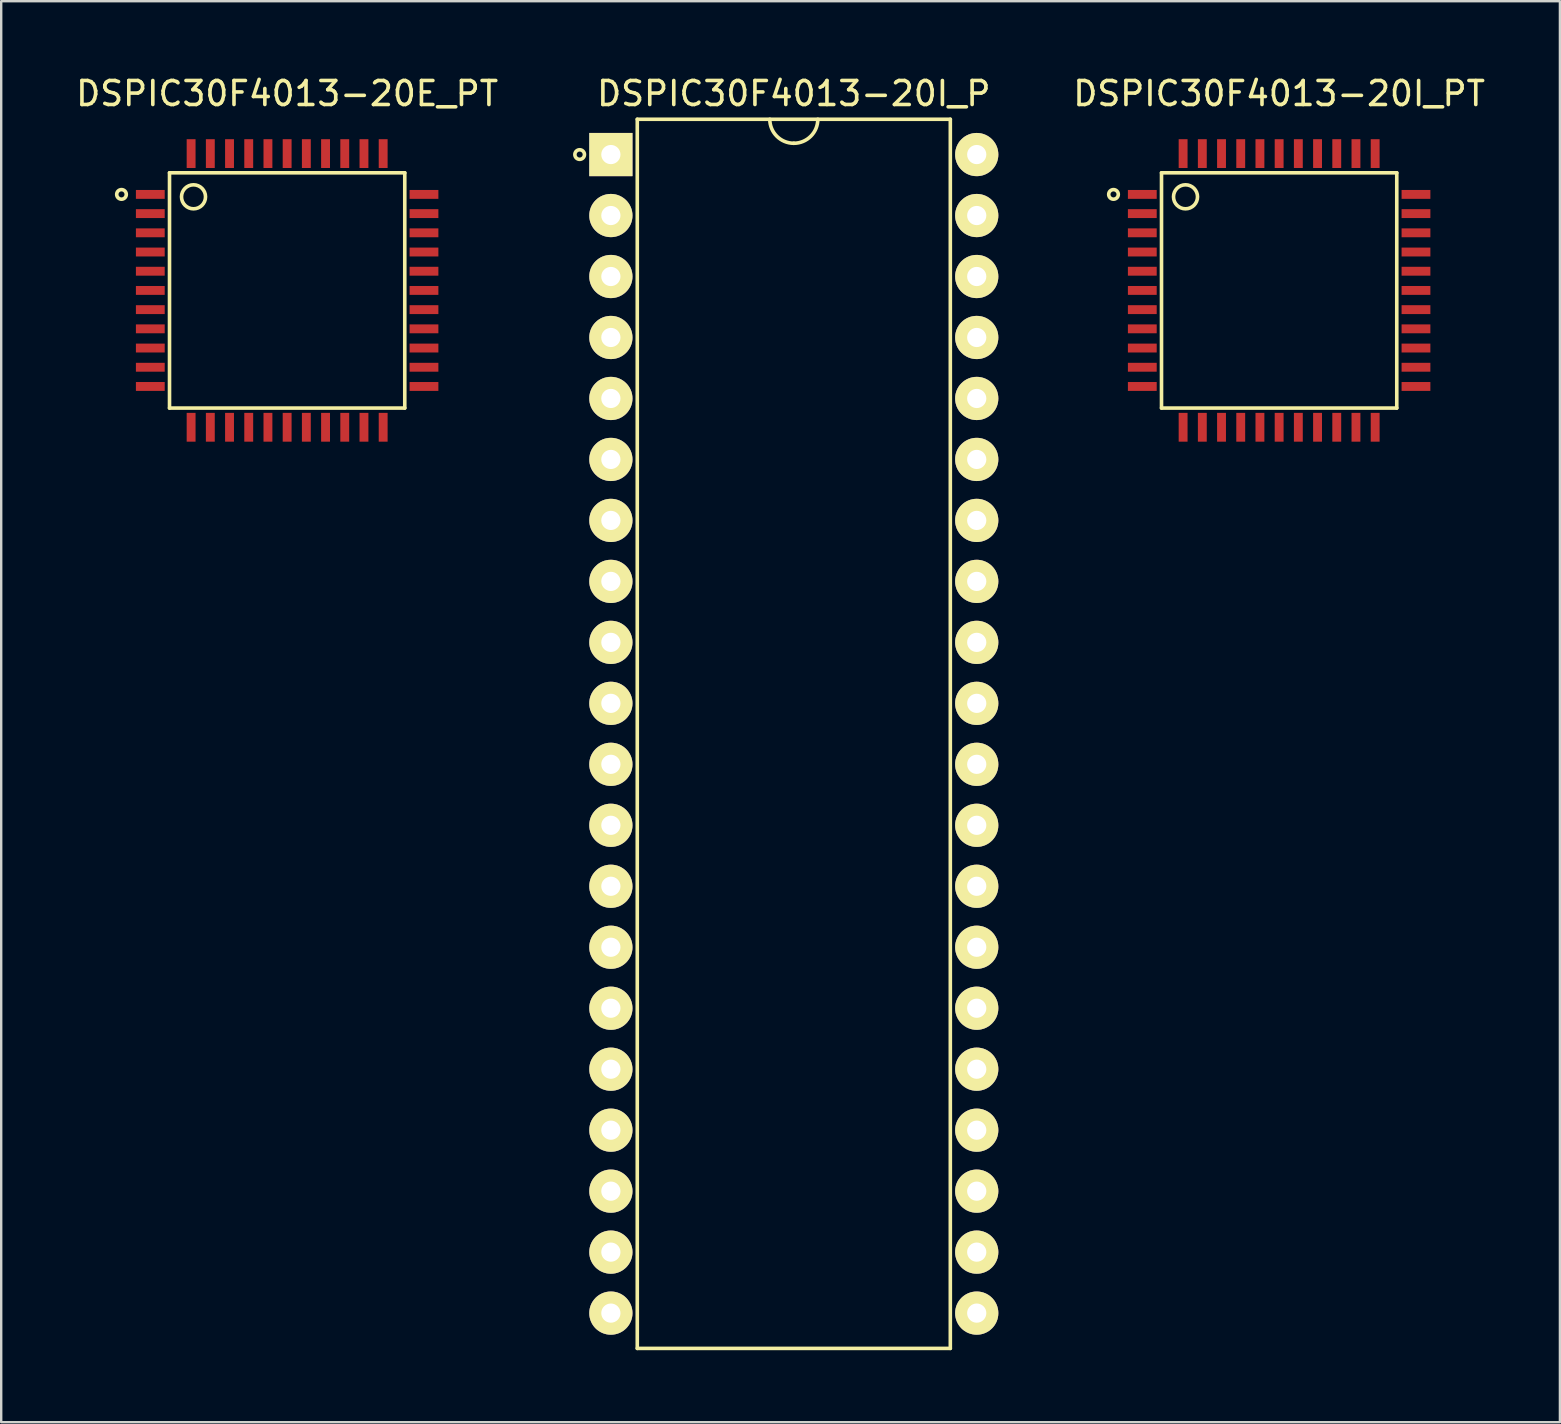
<source format=kicad_pcb>
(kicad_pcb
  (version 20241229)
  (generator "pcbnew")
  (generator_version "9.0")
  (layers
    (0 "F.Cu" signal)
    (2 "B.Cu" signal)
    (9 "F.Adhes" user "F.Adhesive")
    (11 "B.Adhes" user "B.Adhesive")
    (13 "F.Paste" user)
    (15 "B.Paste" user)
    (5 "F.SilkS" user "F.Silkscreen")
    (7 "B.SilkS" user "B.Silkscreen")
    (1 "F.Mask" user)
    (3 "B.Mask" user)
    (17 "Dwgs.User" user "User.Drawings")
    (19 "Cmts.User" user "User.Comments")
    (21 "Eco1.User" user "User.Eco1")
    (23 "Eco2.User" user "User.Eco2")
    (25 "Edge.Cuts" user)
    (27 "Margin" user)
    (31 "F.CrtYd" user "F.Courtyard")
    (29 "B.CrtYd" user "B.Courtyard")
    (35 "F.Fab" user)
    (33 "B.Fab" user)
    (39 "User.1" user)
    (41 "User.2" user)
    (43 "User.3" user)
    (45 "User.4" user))
  (footprint "DSPIC30F4013-20I_P"
    (layer "F.Cu")
    (at 22.396 3.388)
    (property "Reference" "DSPIC30F4013-20I_P" (at 7.62 -2.54 0) (layer "F.SilkS") (effects (font (size 1 1) (thickness 0.15))))
    (attr through_hole)
    (fp_line (start 1.1 -1.47) (end 14.14 -1.47) (stroke (width 0.15) (type solid)) (layer "F.SilkS"))
    (fp_line (start 1.1 49.73) (end 1.1 -1.47) (stroke (width 0.15) (type solid)) (layer "F.SilkS"))
    (fp_line (start 14.14 -1.47) (end 14.14 49.73) (stroke (width 0.15) (type solid)) (layer "F.SilkS"))
    (fp_line (start 14.14 49.73) (end 1.1 49.73) (stroke (width 0.15) (type solid)) (layer "F.SilkS"))
    (fp_arc (start 7.62 -0.47) (mid 6.912893 -0.762893) (end 6.62 -1.47) (stroke (width 0.15) (type solid)) (layer "F.SilkS"))
    (fp_arc (start 8.62 -1.47) (mid 8.327107 -0.762893) (end 7.62 -0.47) (stroke (width 0.15) (type solid)) (layer "F.SilkS"))
    (fp_circle (center -1.3 0) (end -1.3 0.2) (stroke (width 0.15) (type solid)) (fill no) (layer "F.SilkS"))
    (pad "1" thru_hole rect (at 0 0) (size 1.8 1.8) (drill 0.8) (layers "*.Cu" "*.Mask" "F.SilkS"))
    (pad "2" thru_hole circle (at 0 2.54) (size 1.8 1.8) (drill 0.8) (layers "*.Cu" "*.Mask" "F.SilkS"))
    (pad "3" thru_hole circle (at 0 5.08) (size 1.8 1.8) (drill 0.8) (layers "*.Cu" "*.Mask" "F.SilkS"))
    (pad "4" thru_hole circle (at 0 7.62) (size 1.8 1.8) (drill 0.8) (layers "*.Cu" "*.Mask" "F.SilkS"))
    (pad "5" thru_hole circle (at 0 10.16) (size 1.8 1.8) (drill 0.8) (layers "*.Cu" "*.Mask" "F.SilkS"))
    (pad "6" thru_hole circle (at 0 12.7) (size 1.8 1.8) (drill 0.8) (layers "*.Cu" "*.Mask" "F.SilkS"))
    (pad "7" thru_hole circle (at 0 15.24) (size 1.8 1.8) (drill 0.8) (layers "*.Cu" "*.Mask" "F.SilkS"))
    (pad "8" thru_hole circle (at 0 17.78) (size 1.8 1.8) (drill 0.8) (layers "*.Cu" "*.Mask" "F.SilkS"))
    (pad "9" thru_hole circle (at 0 20.32) (size 1.8 1.8) (drill 0.8) (layers "*.Cu" "*.Mask" "F.SilkS"))
    (pad "10" thru_hole circle (at 0 22.86) (size 1.8 1.8) (drill 0.8) (layers "*.Cu" "*.Mask" "F.SilkS"))
    (pad "11" thru_hole circle (at 0 25.4) (size 1.8 1.8) (drill 0.8) (layers "*.Cu" "*.Mask" "F.SilkS"))
    (pad "12" thru_hole circle (at 0 27.94) (size 1.8 1.8) (drill 0.8) (layers "*.Cu" "*.Mask" "F.SilkS"))
    (pad "13" thru_hole circle (at 0 30.48) (size 1.8 1.8) (drill 0.8) (layers "*.Cu" "*.Mask" "F.SilkS"))
    (pad "14" thru_hole circle (at 0 33.02) (size 1.8 1.8) (drill 0.8) (layers "*.Cu" "*.Mask" "F.SilkS"))
    (pad "15" thru_hole circle (at 0 35.56) (size 1.8 1.8) (drill 0.8) (layers "*.Cu" "*.Mask" "F.SilkS"))
    (pad "16" thru_hole circle (at 0 38.1) (size 1.8 1.8) (drill 0.8) (layers "*.Cu" "*.Mask" "F.SilkS"))
    (pad "17" thru_hole circle (at 0 40.64) (size 1.8 1.8) (drill 0.8) (layers "*.Cu" "*.Mask" "F.SilkS"))
    (pad "18" thru_hole circle (at 0 43.18) (size 1.8 1.8) (drill 0.8) (layers "*.Cu" "*.Mask" "F.SilkS"))
    (pad "19" thru_hole circle (at 0 45.72) (size 1.8 1.8) (drill 0.8) (layers "*.Cu" "*.Mask" "F.SilkS"))
    (pad "20" thru_hole circle (at 0 48.26) (size 1.8 1.8) (drill 0.8) (layers "*.Cu" "*.Mask" "F.SilkS"))
    (pad "21" thru_hole circle (at 15.24 48.26) (size 1.8 1.8) (drill 0.8) (layers "*.Cu" "*.Mask" "F.SilkS"))
    (pad "22" thru_hole circle (at 15.24 45.72) (size 1.8 1.8) (drill 0.8) (layers "*.Cu" "*.Mask" "F.SilkS"))
    (pad "23" thru_hole circle (at 15.24 43.18) (size 1.8 1.8) (drill 0.8) (layers "*.Cu" "*.Mask" "F.SilkS"))
    (pad "24" thru_hole circle (at 15.24 40.64) (size 1.8 1.8) (drill 0.8) (layers "*.Cu" "*.Mask" "F.SilkS"))
    (pad "25" thru_hole circle (at 15.24 38.1) (size 1.8 1.8) (drill 0.8) (layers "*.Cu" "*.Mask" "F.SilkS"))
    (pad "26" thru_hole circle (at 15.24 35.56) (size 1.8 1.8) (drill 0.8) (layers "*.Cu" "*.Mask" "F.SilkS"))
    (pad "27" thru_hole circle (at 15.24 33.02) (size 1.8 1.8) (drill 0.8) (layers "*.Cu" "*.Mask" "F.SilkS"))
    (pad "28" thru_hole circle (at 15.24 30.48) (size 1.8 1.8) (drill 0.8) (layers "*.Cu" "*.Mask" "F.SilkS"))
    (pad "29" thru_hole circle (at 15.24 27.94) (size 1.8 1.8) (drill 0.8) (layers "*.Cu" "*.Mask" "F.SilkS"))
    (pad "30" thru_hole circle (at 15.24 25.4) (size 1.8 1.8) (drill 0.8) (layers "*.Cu" "*.Mask" "F.SilkS"))
    (pad "31" thru_hole circle (at 15.24 22.86) (size 1.8 1.8) (drill 0.8) (layers "*.Cu" "*.Mask" "F.SilkS"))
    (pad "32" thru_hole circle (at 15.24 20.32) (size 1.8 1.8) (drill 0.8) (layers "*.Cu" "*.Mask" "F.SilkS"))
    (pad "33" thru_hole circle (at 15.24 17.78) (size 1.8 1.8) (drill 0.8) (layers "*.Cu" "*.Mask" "F.SilkS"))
    (pad "34" thru_hole circle (at 15.24 15.24) (size 1.8 1.8) (drill 0.8) (layers "*.Cu" "*.Mask" "F.SilkS"))
    (pad "35" thru_hole circle (at 15.24 12.7) (size 1.8 1.8) (drill 0.8) (layers "*.Cu" "*.Mask" "F.SilkS"))
    (pad "36" thru_hole circle (at 15.24 10.16) (size 1.8 1.8) (drill 0.8) (layers "*.Cu" "*.Mask" "F.SilkS"))
    (pad "37" thru_hole circle (at 15.24 7.62) (size 1.8 1.8) (drill 0.8) (layers "*.Cu" "*.Mask" "F.SilkS"))
    (pad "38" thru_hole circle (at 15.24 5.08) (size 1.8 1.8) (drill 0.8) (layers "*.Cu" "*.Mask" "F.SilkS"))
    (pad "39" thru_hole circle (at 15.24 2.54) (size 1.8 1.8) (drill 0.8) (layers "*.Cu" "*.Mask" "F.SilkS"))
    (pad "40" thru_hole circle (at 15.24 0) (size 1.8 1.8) (drill 0.8) (layers "*.Cu" "*.Mask" "F.SilkS")))
  (footprint "DSPIC30F4013-20I_PT"
    (layer "F.Cu")
    (at 44.533 3.348)
    (property "Reference" "DSPIC30F4013-20I_PT" (at 5.7 -2.5 0) (layer "F.SilkS") (effects (font (size 1 1) (thickness 0.15))))
    (attr through_hole)
    (fp_line (start 0.8 0.8) (end 0.8 10.6) (stroke (width 0.15) (type solid)) (layer "F.SilkS"))
    (fp_line (start 0.8 0.8) (end 10.6 0.8) (stroke (width 0.15) (type solid)) (layer "F.SilkS"))
    (fp_line (start 0.8 10.6) (end 10.6 10.6) (stroke (width 0.15) (type solid)) (layer "F.SilkS"))
    (fp_line (start 10.6 10.6) (end 10.6 0.8) (stroke (width 0.15) (type solid)) (layer "F.SilkS"))
    (fp_circle (center -1.2 1.7) (end -1.2 1.5) (stroke (width 0.15) (type solid)) (fill no) (layer "F.SilkS"))
    (fp_circle (center 1.8 1.8) (end 1.8 1.3) (stroke (width 0.15) (type solid)) (fill no) (layer "F.SilkS"))
    (pad "1" smd rect (at 0 1.7) (size 1.2 0.37) (layers "F.Cu" "F.Mask" "F.Paste"))
    (pad "2" smd rect (at 0 2.5) (size 1.2 0.37) (layers "F.Cu" "F.Mask" "F.Paste"))
    (pad "3" smd rect (at 0 3.3) (size 1.2 0.37) (layers "F.Cu" "F.Mask" "F.Paste"))
    (pad "4" smd rect (at 0 4.1) (size 1.2 0.37) (layers "F.Cu" "F.Mask" "F.Paste"))
    (pad "5" smd rect (at 0 4.9) (size 1.2 0.37) (layers "F.Cu" "F.Mask" "F.Paste"))
    (pad "6" smd rect (at 0 5.7) (size 1.2 0.37) (layers "F.Cu" "F.Mask" "F.Paste"))
    (pad "7" smd rect (at 0 6.5) (size 1.2 0.37) (layers "F.Cu" "F.Mask" "F.Paste"))
    (pad "8" smd rect (at 0 7.3) (size 1.2 0.37) (layers "F.Cu" "F.Mask" "F.Paste"))
    (pad "9" smd rect (at 0 8.1) (size 1.2 0.37) (layers "F.Cu" "F.Mask" "F.Paste"))
    (pad "10" smd rect (at 0 8.9) (size 1.2 0.37) (layers "F.Cu" "F.Mask" "F.Paste"))
    (pad "11" smd rect (at 0 9.7) (size 1.2 0.37) (layers "F.Cu" "F.Mask" "F.Paste"))
    (pad "12" smd rect (at 1.7 11.4) (size 0.37 1.2) (layers "F.Cu" "F.Mask" "F.Paste"))
    (pad "13" smd rect (at 2.5 11.4) (size 0.37 1.2) (layers "F.Cu" "F.Mask" "F.Paste"))
    (pad "14" smd rect (at 3.3 11.4) (size 0.37 1.2) (layers "F.Cu" "F.Mask" "F.Paste"))
    (pad "15" smd rect (at 4.1 11.4) (size 0.37 1.2) (layers "F.Cu" "F.Mask" "F.Paste"))
    (pad "16" smd rect (at 4.9 11.4) (size 0.37 1.2) (layers "F.Cu" "F.Mask" "F.Paste"))
    (pad "17" smd rect (at 5.7 11.4) (size 0.37 1.2) (layers "F.Cu" "F.Mask" "F.Paste"))
    (pad "18" smd rect (at 6.5 11.4) (size 0.37 1.2) (layers "F.Cu" "F.Mask" "F.Paste"))
    (pad "19" smd rect (at 7.3 11.4) (size 0.37 1.2) (layers "F.Cu" "F.Mask" "F.Paste"))
    (pad "20" smd rect (at 8.1 11.4) (size 0.37 1.2) (layers "F.Cu" "F.Mask" "F.Paste"))
    (pad "21" smd rect (at 8.9 11.4) (size 0.37 1.2) (layers "F.Cu" "F.Mask" "F.Paste"))
    (pad "22" smd rect (at 9.7 11.4) (size 0.37 1.2) (layers "F.Cu" "F.Mask" "F.Paste"))
    (pad "23" smd rect (at 11.4 9.7) (size 1.2 0.37) (layers "F.Cu" "F.Mask" "F.Paste"))
    (pad "24" smd rect (at 11.4 8.9) (size 1.2 0.37) (layers "F.Cu" "F.Mask" "F.Paste"))
    (pad "25" smd rect (at 11.4 8.1) (size 1.2 0.37) (layers "F.Cu" "F.Mask" "F.Paste"))
    (pad "26" smd rect (at 11.4 7.3) (size 1.2 0.37) (layers "F.Cu" "F.Mask" "F.Paste"))
    (pad "27" smd rect (at 11.4 6.5) (size 1.2 0.37) (layers "F.Cu" "F.Mask" "F.Paste"))
    (pad "28" smd rect (at 11.4 5.7) (size 1.2 0.37) (layers "F.Cu" "F.Mask" "F.Paste"))
    (pad "29" smd rect (at 11.4 4.9) (size 1.2 0.37) (layers "F.Cu" "F.Mask" "F.Paste"))
    (pad "30" smd rect (at 11.4 4.1) (size 1.2 0.37) (layers "F.Cu" "F.Mask" "F.Paste"))
    (pad "31" smd rect (at 11.4 3.3) (size 1.2 0.37) (layers "F.Cu" "F.Mask" "F.Paste"))
    (pad "32" smd rect (at 11.4 2.5) (size 1.2 0.37) (layers "F.Cu" "F.Mask" "F.Paste"))
    (pad "33" smd rect (at 11.4 1.7) (size 1.2 0.37) (layers "F.Cu" "F.Mask" "F.Paste"))
    (pad "34" smd rect (at 9.7 0) (size 0.37 1.2) (layers "F.Cu" "F.Mask" "F.Paste"))
    (pad "35" smd rect (at 8.9 0) (size 0.37 1.2) (layers "F.Cu" "F.Mask" "F.Paste"))
    (pad "36" smd rect (at 8.1 0) (size 0.37 1.2) (layers "F.Cu" "F.Mask" "F.Paste"))
    (pad "37" smd rect (at 7.3 0) (size 0.37 1.2) (layers "F.Cu" "F.Mask" "F.Paste"))
    (pad "38" smd rect (at 6.5 0) (size 0.37 1.2) (layers "F.Cu" "F.Mask" "F.Paste"))
    (pad "39" smd rect (at 5.7 0) (size 0.37 1.2) (layers "F.Cu" "F.Mask" "F.Paste"))
    (pad "40" smd rect (at 4.9 0) (size 0.37 1.2) (layers "F.Cu" "F.Mask" "F.Paste"))
    (pad "41" smd rect (at 4.1 0) (size 0.37 1.2) (layers "F.Cu" "F.Mask" "F.Paste"))
    (pad "42" smd rect (at 3.3 0) (size 0.37 1.2) (layers "F.Cu" "F.Mask" "F.Paste"))
    (pad "43" smd rect (at 2.5 0) (size 0.37 1.2) (layers "F.Cu" "F.Mask" "F.Paste"))
    (pad "44" smd rect (at 1.7 0) (size 0.37 1.2) (layers "F.Cu" "F.Mask" "F.Paste")))
  (footprint "DSPIC30F4013-20E_PT"
    (layer "F.Cu")
    (at 3.211 3.348)
    (property "Reference" "DSPIC30F4013-20E_PT" (at 5.7 -2.5 0) (layer "F.SilkS") (effects (font (size 1 1) (thickness 0.15))))
    (attr through_hole)
    (fp_line (start 0.8 0.8) (end 0.8 10.6) (stroke (width 0.15) (type solid)) (layer "F.SilkS"))
    (fp_line (start 0.8 0.8) (end 10.6 0.8) (stroke (width 0.15) (type solid)) (layer "F.SilkS"))
    (fp_line (start 0.8 10.6) (end 10.6 10.6) (stroke (width 0.15) (type solid)) (layer "F.SilkS"))
    (fp_line (start 10.6 10.6) (end 10.6 0.8) (stroke (width 0.15) (type solid)) (layer "F.SilkS"))
    (fp_circle (center -1.2 1.7) (end -1.2 1.5) (stroke (width 0.15) (type solid)) (fill no) (layer "F.SilkS"))
    (fp_circle (center 1.8 1.8) (end 1.8 1.3) (stroke (width 0.15) (type solid)) (fill no) (layer "F.SilkS"))
    (pad "1" smd rect (at 0 1.7) (size 1.2 0.37) (layers "F.Cu" "F.Mask" "F.Paste"))
    (pad "2" smd rect (at 0 2.5) (size 1.2 0.37) (layers "F.Cu" "F.Mask" "F.Paste"))
    (pad "3" smd rect (at 0 3.3) (size 1.2 0.37) (layers "F.Cu" "F.Mask" "F.Paste"))
    (pad "4" smd rect (at 0 4.1) (size 1.2 0.37) (layers "F.Cu" "F.Mask" "F.Paste"))
    (pad "5" smd rect (at 0 4.9) (size 1.2 0.37) (layers "F.Cu" "F.Mask" "F.Paste"))
    (pad "6" smd rect (at 0 5.7) (size 1.2 0.37) (layers "F.Cu" "F.Mask" "F.Paste"))
    (pad "7" smd rect (at 0 6.5) (size 1.2 0.37) (layers "F.Cu" "F.Mask" "F.Paste"))
    (pad "8" smd rect (at 0 7.3) (size 1.2 0.37) (layers "F.Cu" "F.Mask" "F.Paste"))
    (pad "9" smd rect (at 0 8.1) (size 1.2 0.37) (layers "F.Cu" "F.Mask" "F.Paste"))
    (pad "10" smd rect (at 0 8.9) (size 1.2 0.37) (layers "F.Cu" "F.Mask" "F.Paste"))
    (pad "11" smd rect (at 0 9.7) (size 1.2 0.37) (layers "F.Cu" "F.Mask" "F.Paste"))
    (pad "12" smd rect (at 1.7 11.4) (size 0.37 1.2) (layers "F.Cu" "F.Mask" "F.Paste"))
    (pad "13" smd rect (at 2.5 11.4) (size 0.37 1.2) (layers "F.Cu" "F.Mask" "F.Paste"))
    (pad "14" smd rect (at 3.3 11.4) (size 0.37 1.2) (layers "F.Cu" "F.Mask" "F.Paste"))
    (pad "15" smd rect (at 4.1 11.4) (size 0.37 1.2) (layers "F.Cu" "F.Mask" "F.Paste"))
    (pad "16" smd rect (at 4.9 11.4) (size 0.37 1.2) (layers "F.Cu" "F.Mask" "F.Paste"))
    (pad "17" smd rect (at 5.7 11.4) (size 0.37 1.2) (layers "F.Cu" "F.Mask" "F.Paste"))
    (pad "18" smd rect (at 6.5 11.4) (size 0.37 1.2) (layers "F.Cu" "F.Mask" "F.Paste"))
    (pad "19" smd rect (at 7.3 11.4) (size 0.37 1.2) (layers "F.Cu" "F.Mask" "F.Paste"))
    (pad "20" smd rect (at 8.1 11.4) (size 0.37 1.2) (layers "F.Cu" "F.Mask" "F.Paste"))
    (pad "21" smd rect (at 8.9 11.4) (size 0.37 1.2) (layers "F.Cu" "F.Mask" "F.Paste"))
    (pad "22" smd rect (at 9.7 11.4) (size 0.37 1.2) (layers "F.Cu" "F.Mask" "F.Paste"))
    (pad "23" smd rect (at 11.4 9.7) (size 1.2 0.37) (layers "F.Cu" "F.Mask" "F.Paste"))
    (pad "24" smd rect (at 11.4 8.9) (size 1.2 0.37) (layers "F.Cu" "F.Mask" "F.Paste"))
    (pad "25" smd rect (at 11.4 8.1) (size 1.2 0.37) (layers "F.Cu" "F.Mask" "F.Paste"))
    (pad "26" smd rect (at 11.4 7.3) (size 1.2 0.37) (layers "F.Cu" "F.Mask" "F.Paste"))
    (pad "27" smd rect (at 11.4 6.5) (size 1.2 0.37) (layers "F.Cu" "F.Mask" "F.Paste"))
    (pad "28" smd rect (at 11.4 5.7) (size 1.2 0.37) (layers "F.Cu" "F.Mask" "F.Paste"))
    (pad "29" smd rect (at 11.4 4.9) (size 1.2 0.37) (layers "F.Cu" "F.Mask" "F.Paste"))
    (pad "30" smd rect (at 11.4 4.1) (size 1.2 0.37) (layers "F.Cu" "F.Mask" "F.Paste"))
    (pad "31" smd rect (at 11.4 3.3) (size 1.2 0.37) (layers "F.Cu" "F.Mask" "F.Paste"))
    (pad "32" smd rect (at 11.4 2.5) (size 1.2 0.37) (layers "F.Cu" "F.Mask" "F.Paste"))
    (pad "33" smd rect (at 11.4 1.7) (size 1.2 0.37) (layers "F.Cu" "F.Mask" "F.Paste"))
    (pad "34" smd rect (at 9.7 0) (size 0.37 1.2) (layers "F.Cu" "F.Mask" "F.Paste"))
    (pad "35" smd rect (at 8.9 0) (size 0.37 1.2) (layers "F.Cu" "F.Mask" "F.Paste"))
    (pad "36" smd rect (at 8.1 0) (size 0.37 1.2) (layers "F.Cu" "F.Mask" "F.Paste"))
    (pad "37" smd rect (at 7.3 0) (size 0.37 1.2) (layers "F.Cu" "F.Mask" "F.Paste"))
    (pad "38" smd rect (at 6.5 0) (size 0.37 1.2) (layers "F.Cu" "F.Mask" "F.Paste"))
    (pad "39" smd rect (at 5.7 0) (size 0.37 1.2) (layers "F.Cu" "F.Mask" "F.Paste"))
    (pad "40" smd rect (at 4.9 0) (size 0.37 1.2) (layers "F.Cu" "F.Mask" "F.Paste"))
    (pad "41" smd rect (at 4.1 0) (size 0.37 1.2) (layers "F.Cu" "F.Mask" "F.Paste"))
    (pad "42" smd rect (at 3.3 0) (size 0.37 1.2) (layers "F.Cu" "F.Mask" "F.Paste"))
    (pad "43" smd rect (at 2.5 0) (size 0.37 1.2) (layers "F.Cu" "F.Mask" "F.Paste"))
    (pad "44" smd rect (at 1.7 0) (size 0.37 1.2) (layers "F.Cu" "F.Mask" "F.Paste")))
  (gr_rect
    (start -3 -3)
    (end 61.929 56.193)
    (stroke (width 0.1) (type default))
    (fill no)
    (layer "Edge.Cuts")))
</source>
